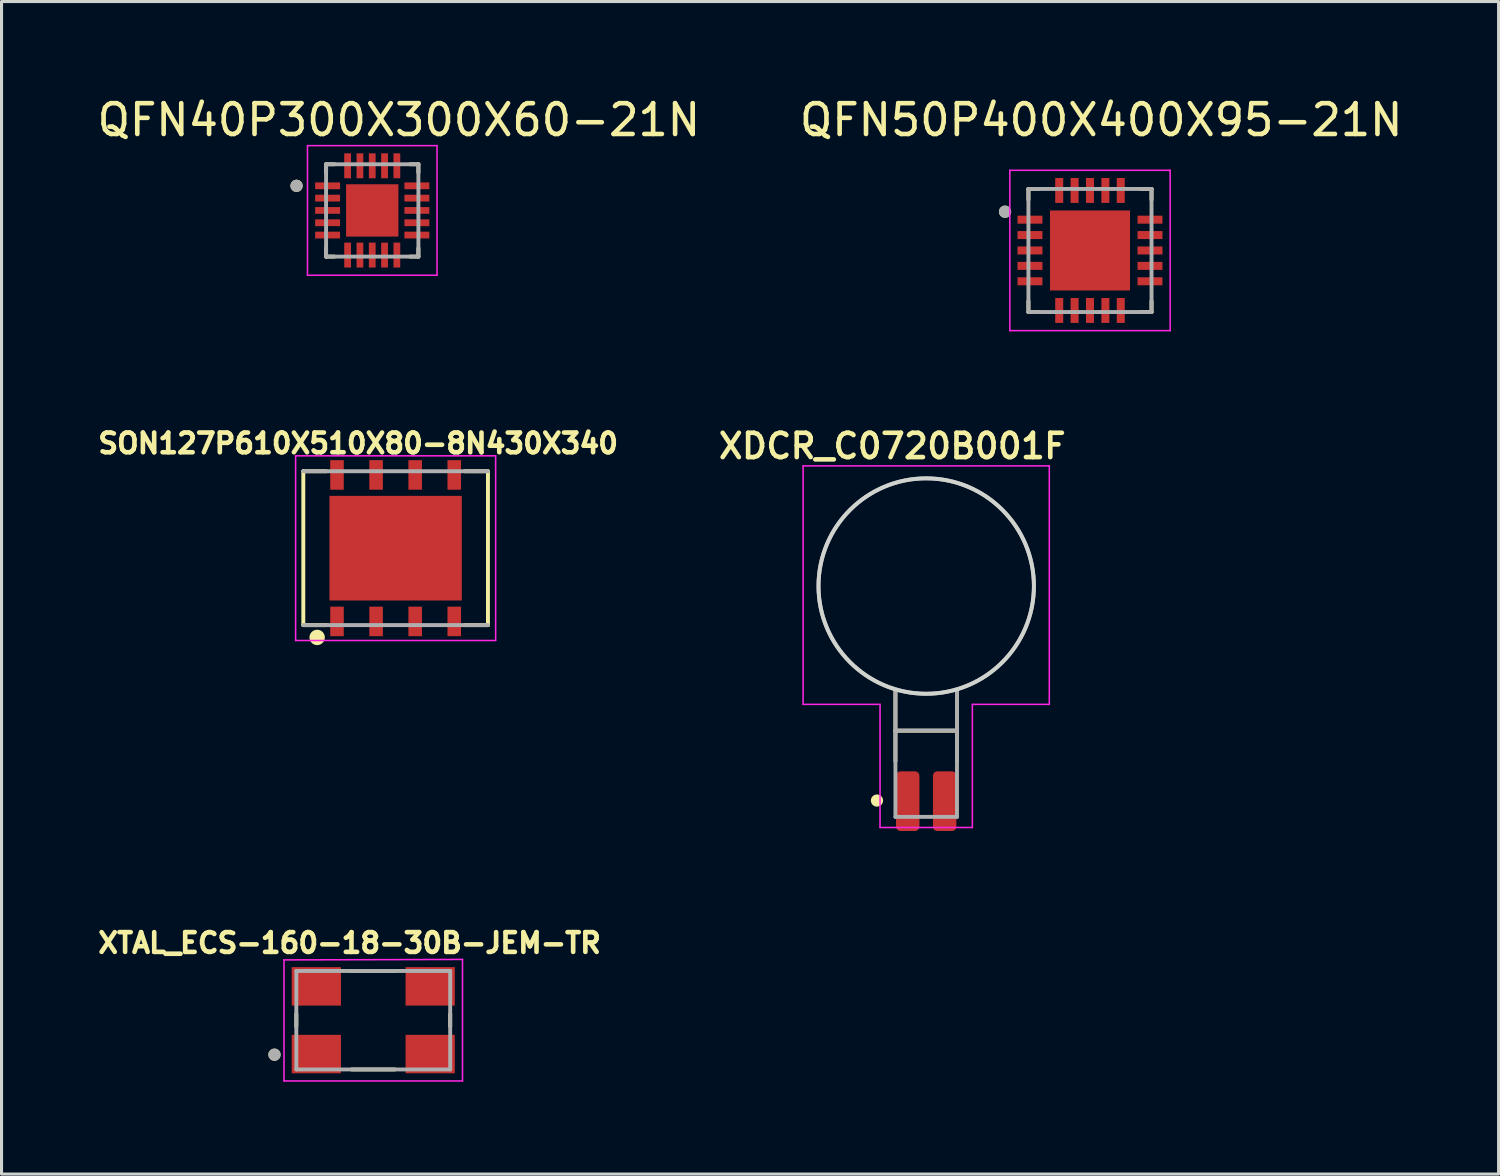
<source format=kicad_pcb>
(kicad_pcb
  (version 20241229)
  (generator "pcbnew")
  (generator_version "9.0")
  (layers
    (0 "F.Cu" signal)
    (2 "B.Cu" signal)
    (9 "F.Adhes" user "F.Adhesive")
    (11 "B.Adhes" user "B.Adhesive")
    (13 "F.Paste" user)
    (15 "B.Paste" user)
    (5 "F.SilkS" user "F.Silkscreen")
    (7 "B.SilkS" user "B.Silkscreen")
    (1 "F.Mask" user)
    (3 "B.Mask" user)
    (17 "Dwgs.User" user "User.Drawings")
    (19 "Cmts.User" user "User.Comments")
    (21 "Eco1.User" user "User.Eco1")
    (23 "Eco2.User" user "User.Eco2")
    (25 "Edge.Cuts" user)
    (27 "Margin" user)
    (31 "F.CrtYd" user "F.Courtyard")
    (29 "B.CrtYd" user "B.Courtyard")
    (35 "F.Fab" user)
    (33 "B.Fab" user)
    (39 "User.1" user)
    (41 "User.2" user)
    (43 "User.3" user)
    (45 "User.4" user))
  (footprint "XDCR_C0720B001F"
    (layer "F.Cu")
    (at 27.047 17.964)
    (property "Reference" "XDCR_C0720B001F" (at -1.103 -6.519 0) (layer "F.SilkS") (effects (font (size 0.79 0.79) (thickness 0.15))))
    (attr through_hole)
    (fp_line (start -1 2.73) (end -1 1.425) (stroke (width 0.127) (type solid)) (layer "F.SilkS"))
    (fp_line (start -1 2.73) (end 1 2.73) (stroke (width 0.127) (type solid)) (layer "F.SilkS"))
    (fp_line (start -1 3.725) (end -1 2.73) (stroke (width 0.127) (type solid)) (layer "F.SilkS"))
    (fp_line (start 1 2.73) (end 1 1.425) (stroke (width 0.127) (type solid)) (layer "F.SilkS"))
    (fp_line (start 1 3.725) (end 1 2.73) (stroke (width 0.127) (type solid)) (layer "F.SilkS"))
    (fp_circle (center -1.6 5) (end -1.5 5) (stroke (width 0.2) (type solid)) (fill no) (layer "F.SilkS"))
    (fp_poly (pts (xy -3.8 -5.7) (xy -1.7 -5.7) (xy -3.8 -3.6)) (stroke (width 0.2) (type solid)) (fill yes) (layer "F.Paste"))
    (fp_poly (pts (xy -3.8 1.7) (xy -1.7 1.7) (xy -3.8 -0.4)) (stroke (width 0.2) (type solid)) (fill yes) (layer "F.Paste"))
    (fp_poly (pts (xy 3.8 -5.7) (xy 3.8 -3.6) (xy 1.7 -5.7)) (stroke (width 0.2) (type solid)) (fill yes) (layer "F.Paste"))
    (fp_poly (pts (xy 3.8 1.7) (xy 1.7 1.7) (xy 3.8 -0.4)) (stroke (width 0.2) (type solid)) (fill yes) (layer "F.Paste"))
    (fp_circle (center 0 -1.97) (end 3.5 -1.97) (stroke (width 0.127) (type solid)) (fill no) (layer "Edge.Cuts"))
    (fp_line (start -4 -5.875) (end 4 -5.875) (stroke (width 0.05) (type solid)) (layer "F.CrtYd"))
    (fp_line (start -4 1.875) (end -4 -5.875) (stroke (width 0.05) (type solid)) (layer "F.CrtYd"))
    (fp_line (start -1.5 1.875) (end -4 1.875) (stroke (width 0.05) (type solid)) (layer "F.CrtYd"))
    (fp_line (start -1.5 5.875) (end -1.5 1.875) (stroke (width 0.05) (type solid)) (layer "F.CrtYd"))
    (fp_line (start 1.5 1.875) (end 1.5 5.875) (stroke (width 0.05) (type solid)) (layer "F.CrtYd"))
    (fp_line (start 1.5 5.875) (end -1.5 5.875) (stroke (width 0.05) (type solid)) (layer "F.CrtYd"))
    (fp_line (start 4 -5.875) (end 4 1.875) (stroke (width 0.05) (type solid)) (layer "F.CrtYd"))
    (fp_line (start 4 1.875) (end 1.5 1.875) (stroke (width 0.05) (type solid)) (layer "F.CrtYd"))
    (fp_line (start -1 2.725) (end 1 2.725) (stroke (width 0.127) (type solid)) (layer "F.Fab"))
    (fp_line (start -1 5.53) (end -1 1.425) (stroke (width 0.127) (type solid)) (layer "F.Fab"))
    (fp_line (start 1 2.725) (end 1 1.425) (stroke (width 0.127) (type solid)) (layer "F.Fab"))
    (fp_line (start 1 2.73) (end 1 5.53) (stroke (width 0.127) (type solid)) (layer "F.Fab"))
    (fp_line (start 1 5.53) (end -1 5.53) (stroke (width 0.127) (type solid)) (layer "F.Fab"))
    (fp_circle (center 0 -1.97) (end 3.5 -1.97) (stroke (width 0.127) (type solid)) (fill no) (layer "F.Fab"))
    (pad "1" smd roundrect (at -0.6 5.02 270) (size 1.94 0.76) (layers "F.Cu" "F.Mask" "F.Paste") (roundrect_rratio 0.19))
    (pad "2" smd roundrect (at 0.6 5.02 270) (size 1.94 0.76) (layers "F.Cu" "F.Mask" "F.Paste") (roundrect_rratio 0.19)))
  (footprint "QFN40P300X300X60-21N"
    (layer "F.Cu")
    (at 9.046 3.788)
    (property "Reference" "QFN40P300X300X60-21N" (at 0.865 -2.94 0) (layer "F.SilkS") (effects (font (size 1 1) (thickness 0.15))))
    (attr through_hole)
    (fp_line (start -1.5 -1.5) (end -1.5 -1.23) (stroke (width 0.127) (type solid)) (layer "F.SilkS"))
    (fp_line (start -1.5 -1.5) (end -1.23 -1.5) (stroke (width 0.127) (type solid)) (layer "F.SilkS"))
    (fp_line (start -1.5 1.5) (end -1.5 1.23) (stroke (width 0.127) (type solid)) (layer "F.SilkS"))
    (fp_line (start -1.5 1.5) (end -1.23 1.5) (stroke (width 0.127) (type solid)) (layer "F.SilkS"))
    (fp_line (start 1.5 -1.5) (end 1.23 -1.5) (stroke (width 0.127) (type solid)) (layer "F.SilkS"))
    (fp_line (start 1.5 -1.5) (end 1.5 -1.23) (stroke (width 0.127) (type solid)) (layer "F.SilkS"))
    (fp_line (start 1.5 1.5) (end 1.23 1.5) (stroke (width 0.127) (type solid)) (layer "F.SilkS"))
    (fp_line (start 1.5 1.5) (end 1.5 1.23) (stroke (width 0.127) (type solid)) (layer "F.SilkS"))
    (fp_circle (center -2.46 -0.8) (end -2.36 -0.8) (stroke (width 0.2) (type solid)) (fill no) (layer "F.SilkS"))
    (fp_poly (pts (xy -0.54 -0.54) (xy 0.54 -0.54) (xy 0.54 0.54) (xy -0.54 0.54)) (stroke (width 0.01) (type solid)) (fill yes) (layer "F.Paste"))
    (fp_line (start -2.105 -2.105) (end 2.105 -2.105) (stroke (width 0.05) (type solid)) (layer "F.CrtYd"))
    (fp_line (start -2.105 2.105) (end -2.105 -2.105) (stroke (width 0.05) (type solid)) (layer "F.CrtYd"))
    (fp_line (start -2.105 2.105) (end 2.105 2.105) (stroke (width 0.05) (type solid)) (layer "F.CrtYd"))
    (fp_line (start 2.105 2.105) (end 2.105 -2.105) (stroke (width 0.05) (type solid)) (layer "F.CrtYd"))
    (fp_line (start -1.5 1.5) (end -1.5 -1.5) (stroke (width 0.127) (type solid)) (layer "F.Fab"))
    (fp_line (start 1.5 -1.5) (end -1.5 -1.5) (stroke (width 0.127) (type solid)) (layer "F.Fab"))
    (fp_line (start 1.5 1.5) (end -1.5 1.5) (stroke (width 0.127) (type solid)) (layer "F.Fab"))
    (fp_line (start 1.5 1.5) (end 1.5 -1.5) (stroke (width 0.127) (type solid)) (layer "F.Fab"))
    (fp_circle (center -2.46 -0.8) (end -2.36 -0.8) (stroke (width 0.2) (type solid)) (fill no) (layer "F.Fab"))
    (pad "1" smd roundrect (at -1.45 -0.8) (size 0.81 0.22) (layers "F.Cu" "F.Mask" "F.Paste") (roundrect_rratio 0.03))
    (pad "2" smd roundrect (at -1.45 -0.4) (size 0.81 0.22) (layers "F.Cu" "F.Mask" "F.Paste") (roundrect_rratio 0.03))
    (pad "3" smd roundrect (at -1.45 0) (size 0.81 0.22) (layers "F.Cu" "F.Mask" "F.Paste") (roundrect_rratio 0.03))
    (pad "4" smd roundrect (at -1.45 0.4) (size 0.81 0.22) (layers "F.Cu" "F.Mask" "F.Paste") (roundrect_rratio 0.03))
    (pad "5" smd roundrect (at -1.45 0.8) (size 0.81 0.22) (layers "F.Cu" "F.Mask" "F.Paste") (roundrect_rratio 0.03))
    (pad "6" smd roundrect (at -0.8 1.45 90) (size 0.81 0.22) (layers "F.Cu" "F.Mask" "F.Paste") (roundrect_rratio 0.03))
    (pad "7" smd roundrect (at -0.4 1.45 90) (size 0.81 0.22) (layers "F.Cu" "F.Mask" "F.Paste") (roundrect_rratio 0.03))
    (pad "8" smd roundrect (at 0 1.45 90) (size 0.81 0.22) (layers "F.Cu" "F.Mask" "F.Paste") (roundrect_rratio 0.03))
    (pad "9" smd roundrect (at 0.4 1.45 90) (size 0.81 0.22) (layers "F.Cu" "F.Mask" "F.Paste") (roundrect_rratio 0.03))
    (pad "10" smd roundrect (at 0.8 1.45 90) (size 0.81 0.22) (layers "F.Cu" "F.Mask" "F.Paste") (roundrect_rratio 0.03))
    (pad "11" smd roundrect (at 1.45 0.8) (size 0.81 0.22) (layers "F.Cu" "F.Mask" "F.Paste") (roundrect_rratio 0.03))
    (pad "12" smd roundrect (at 1.45 0.4) (size 0.81 0.22) (layers "F.Cu" "F.Mask" "F.Paste") (roundrect_rratio 0.03))
    (pad "13" smd roundrect (at 1.45 0) (size 0.81 0.22) (layers "F.Cu" "F.Mask" "F.Paste") (roundrect_rratio 0.03))
    (pad "14" smd roundrect (at 1.45 -0.4) (size 0.81 0.22) (layers "F.Cu" "F.Mask" "F.Paste") (roundrect_rratio 0.03))
    (pad "15" smd roundrect (at 1.45 -0.8) (size 0.81 0.22) (layers "F.Cu" "F.Mask" "F.Paste") (roundrect_rratio 0.03))
    (pad "16" smd roundrect (at 0.8 -1.45 90) (size 0.81 0.22) (layers "F.Cu" "F.Mask" "F.Paste") (roundrect_rratio 0.03))
    (pad "17" smd roundrect (at 0.4 -1.45 90) (size 0.81 0.22) (layers "F.Cu" "F.Mask" "F.Paste") (roundrect_rratio 0.03))
    (pad "18" smd roundrect (at 0 -1.45 90) (size 0.81 0.22) (layers "F.Cu" "F.Mask" "F.Paste") (roundrect_rratio 0.03))
    (pad "19" smd roundrect (at -0.4 -1.45 90) (size 0.81 0.22) (layers "F.Cu" "F.Mask" "F.Paste") (roundrect_rratio 0.03))
    (pad "20" smd roundrect (at -0.8 -1.45 90) (size 0.81 0.22) (layers "F.Cu" "F.Mask" "F.Paste") (roundrect_rratio 0.03))
    (pad "21" smd rect (at 0 0) (size 1.7 1.7) (layers "F.Cu" "F.Mask")))
  (footprint "QFN50P400X400X95-21N"
    (layer "F.Cu")
    (at 32.369 5.089)
    (property "Reference" "QFN50P400X400X95-21N" (at 0.365 -4.241 0) (layer "F.SilkS") (effects (font (size 1 1) (thickness 0.15))))
    (attr through_hole)
    (fp_line (start -2 -2) (end -2 -1.65) (stroke (width 0.127) (type solid)) (layer "F.SilkS"))
    (fp_line (start -2 -2) (end -1.65 -2) (stroke (width 0.127) (type solid)) (layer "F.SilkS"))
    (fp_line (start -2 2) (end -2 1.65) (stroke (width 0.127) (type solid)) (layer "F.SilkS"))
    (fp_line (start -2 2) (end -1.65 2) (stroke (width 0.127) (type solid)) (layer "F.SilkS"))
    (fp_line (start 2 -2) (end 1.65 -2) (stroke (width 0.127) (type solid)) (layer "F.SilkS"))
    (fp_line (start 2 -2) (end 2 -1.65) (stroke (width 0.127) (type solid)) (layer "F.SilkS"))
    (fp_line (start 2 2) (end 1.65 2) (stroke (width 0.127) (type solid)) (layer "F.SilkS"))
    (fp_line (start 2 2) (end 2 1.65) (stroke (width 0.127) (type solid)) (layer "F.SilkS"))
    (fp_circle (center -2.76 -1.26) (end -2.66 -1.26) (stroke (width 0.2) (type solid)) (fill no) (layer "F.SilkS"))
    (fp_poly (pts (xy -0.981 -0.98) (xy -0.16 -0.98) (xy -0.16 -0.16) (xy -0.981 -0.16)) (stroke (width 0.01) (type solid)) (fill yes) (layer "F.Paste"))
    (fp_poly (pts (xy -0.98 0.16) (xy -0.16 0.16) (xy -0.16 0.98) (xy -0.98 0.98)) (stroke (width 0.01) (type solid)) (fill yes) (layer "F.Paste"))
    (fp_poly (pts (xy 0.16 0.16) (xy 0.98 0.16) (xy 0.98 0.98) (xy 0.16 0.98)) (stroke (width 0.01) (type solid)) (fill yes) (layer "F.Paste"))
    (fp_poly (pts (xy 0.16 -0.98) (xy 0.98 -0.98) (xy 0.98 -0.16) (xy 0.16 -0.16)) (stroke (width 0.01) (type solid)) (fill yes) (layer "F.Paste"))
    (fp_line (start -2.605 -2.605) (end 2.605 -2.605) (stroke (width 0.05) (type solid)) (layer "F.CrtYd"))
    (fp_line (start -2.605 2.605) (end -2.605 -2.605) (stroke (width 0.05) (type solid)) (layer "F.CrtYd"))
    (fp_line (start -2.605 2.605) (end 2.605 2.605) (stroke (width 0.05) (type solid)) (layer "F.CrtYd"))
    (fp_line (start 2.605 2.605) (end 2.605 -2.605) (stroke (width 0.05) (type solid)) (layer "F.CrtYd"))
    (fp_line (start -2 2) (end -2 -2) (stroke (width 0.127) (type solid)) (layer "F.Fab"))
    (fp_line (start 2 -2) (end -2 -2) (stroke (width 0.127) (type solid)) (layer "F.Fab"))
    (fp_line (start 2 2) (end -2 2) (stroke (width 0.127) (type solid)) (layer "F.Fab"))
    (fp_line (start 2 2) (end 2 -2) (stroke (width 0.127) (type solid)) (layer "F.Fab"))
    (fp_circle (center -2.76 -1.26) (end -2.66 -1.26) (stroke (width 0.2) (type solid)) (fill no) (layer "F.Fab"))
    (pad "1" smd roundrect (at -1.95 -1) (size 0.81 0.26) (layers "F.Cu" "F.Mask" "F.Paste") (roundrect_rratio 0.03))
    (pad "2" smd roundrect (at -1.95 -0.5) (size 0.81 0.26) (layers "F.Cu" "F.Mask" "F.Paste") (roundrect_rratio 0.03))
    (pad "3" smd roundrect (at -1.95 0) (size 0.81 0.26) (layers "F.Cu" "F.Mask" "F.Paste") (roundrect_rratio 0.03))
    (pad "4" smd roundrect (at -1.95 0.5) (size 0.81 0.26) (layers "F.Cu" "F.Mask" "F.Paste") (roundrect_rratio 0.03))
    (pad "5" smd roundrect (at -1.95 1) (size 0.81 0.26) (layers "F.Cu" "F.Mask" "F.Paste") (roundrect_rratio 0.03))
    (pad "6" smd roundrect (at -1 1.95 90) (size 0.81 0.26) (layers "F.Cu" "F.Mask" "F.Paste") (roundrect_rratio 0.03))
    (pad "7" smd roundrect (at -0.5 1.95 90) (size 0.81 0.26) (layers "F.Cu" "F.Mask" "F.Paste") (roundrect_rratio 0.03))
    (pad "8" smd roundrect (at 0 1.95 90) (size 0.81 0.26) (layers "F.Cu" "F.Mask" "F.Paste") (roundrect_rratio 0.03))
    (pad "9" smd roundrect (at 0.5 1.95 90) (size 0.81 0.26) (layers "F.Cu" "F.Mask" "F.Paste") (roundrect_rratio 0.03))
    (pad "10" smd roundrect (at 1 1.95 90) (size 0.81 0.26) (layers "F.Cu" "F.Mask" "F.Paste") (roundrect_rratio 0.03))
    (pad "11" smd roundrect (at 1.95 1) (size 0.81 0.26) (layers "F.Cu" "F.Mask" "F.Paste") (roundrect_rratio 0.03))
    (pad "12" smd roundrect (at 1.95 0.5) (size 0.81 0.26) (layers "F.Cu" "F.Mask" "F.Paste") (roundrect_rratio 0.03))
    (pad "13" smd roundrect (at 1.95 0) (size 0.81 0.26) (layers "F.Cu" "F.Mask" "F.Paste") (roundrect_rratio 0.03))
    (pad "14" smd roundrect (at 1.95 -0.5) (size 0.81 0.26) (layers "F.Cu" "F.Mask" "F.Paste") (roundrect_rratio 0.03))
    (pad "15" smd roundrect (at 1.95 -1) (size 0.81 0.26) (layers "F.Cu" "F.Mask" "F.Paste") (roundrect_rratio 0.03))
    (pad "16" smd roundrect (at 1 -1.95 90) (size 0.81 0.26) (layers "F.Cu" "F.Mask" "F.Paste") (roundrect_rratio 0.03))
    (pad "17" smd roundrect (at 0.5 -1.95 90) (size 0.81 0.26) (layers "F.Cu" "F.Mask" "F.Paste") (roundrect_rratio 0.03))
    (pad "18" smd roundrect (at 0 -1.95 90) (size 0.81 0.26) (layers "F.Cu" "F.Mask" "F.Paste") (roundrect_rratio 0.03))
    (pad "19" smd roundrect (at -0.5 -1.95 90) (size 0.81 0.26) (layers "F.Cu" "F.Mask" "F.Paste") (roundrect_rratio 0.03))
    (pad "20" smd roundrect (at -1 -1.95 90) (size 0.81 0.26) (layers "F.Cu" "F.Mask" "F.Paste") (roundrect_rratio 0.03))
    (pad "21" smd rect (at 0 0) (size 2.6 2.6) (layers "F.Cu" "F.Mask")))
  (footprint "SON127P610X510X80-8N430X340"
    (layer "F.Cu")
    (at 9.806 14.763)
    (property "Reference" "SON127P610X510X80-8N430X340" (at -1.218 -3.406 0) (layer "F.SilkS") (effects (font (size 0.64 0.64) (thickness 0.15))))
    (attr through_hole)
    (fp_line (start -3 -2.5) (end -3 2.5) (stroke (width 0.127) (type solid)) (layer "F.SilkS"))
    (fp_line (start -3 2.5) (end -2.25 2.5) (stroke (width 0.127) (type solid)) (layer "F.SilkS"))
    (fp_line (start -2.25 -2.5) (end -3 -2.5) (stroke (width 0.127) (type solid)) (layer "F.SilkS"))
    (fp_line (start 2.25 -2.5) (end 3 -2.5) (stroke (width 0.127) (type solid)) (layer "F.SilkS"))
    (fp_line (start 3 -2.5) (end 3 2.5) (stroke (width 0.127) (type solid)) (layer "F.SilkS"))
    (fp_line (start 3 2.5) (end 2.25 2.5) (stroke (width 0.127) (type solid)) (layer "F.SilkS"))
    (fp_circle (center -2.55 2.9) (end -2.3 2.9) (stroke (width 0) (type solid)) (fill yes) (layer "F.SilkS"))
    (fp_line (start -3.25 -3) (end 3.25 -3) (stroke (width 0.05) (type solid)) (layer "F.CrtYd"))
    (fp_line (start -3.25 3) (end -3.25 -3) (stroke (width 0.05) (type solid)) (layer "F.CrtYd"))
    (fp_line (start 3.25 -3) (end 3.25 3) (stroke (width 0.05) (type solid)) (layer "F.CrtYd"))
    (fp_line (start 3.25 3) (end -3.25 3) (stroke (width 0.05) (type solid)) (layer "F.CrtYd"))
    (fp_line (start -3 2.5) (end 3 2.5) (stroke (width 0.127) (type solid)) (layer "F.Fab"))
    (fp_line (start 3 -2.5) (end -3 -2.5) (stroke (width 0.127) (type solid)) (layer "F.Fab"))
    (pad "1" smd rect (at -1.905 2.38 90) (size 0.96 0.44) (layers "F.Cu" "F.Mask" "F.Paste"))
    (pad "2" smd rect (at -0.635 2.38 90) (size 0.96 0.44) (layers "F.Cu" "F.Mask" "F.Paste"))
    (pad "3" smd rect (at 0.635 2.38 90) (size 0.96 0.44) (layers "F.Cu" "F.Mask" "F.Paste"))
    (pad "4" smd rect (at 1.905 2.38 90) (size 0.96 0.44) (layers "F.Cu" "F.Mask" "F.Paste"))
    (pad "5" smd rect (at 1.905 -2.38 90) (size 0.96 0.44) (layers "F.Cu" "F.Mask" "F.Paste"))
    (pad "6" smd rect (at 0.635 -2.38 90) (size 0.96 0.44) (layers "F.Cu" "F.Mask" "F.Paste"))
    (pad "7" smd rect (at -0.635 -2.38 90) (size 0.96 0.44) (layers "F.Cu" "F.Mask" "F.Paste"))
    (pad "8" smd rect (at -1.905 -2.38 90) (size 0.96 0.44) (layers "F.Cu" "F.Mask" "F.Paste"))
    (pad "9" smd rect (at 0 0 90) (size 3.4 4.3) (layers "F.Cu" "F.Mask" "F.Paste")))
  (footprint "XTAL_ECS-160-18-30B-JEM-TR"
    (layer "F.Cu")
    (at 9.079 30.102)
    (property "Reference" "XTAL_ECS-160-18-30B-JEM-TR" (at -0.769 -2.51 0) (layer "F.SilkS") (effects (font (size 0.641 0.641) (thickness 0.15))))
    (attr through_hole)
    (fp_line (start -2.5 0.2) (end -2.5 -0.2) (stroke (width 0.127) (type solid)) (layer "F.SilkS"))
    (fp_line (start -0.7 1.6) (end 0.7 1.6) (stroke (width 0.127) (type solid)) (layer "F.SilkS"))
    (fp_line (start 0.7 -1.6) (end -0.7 -1.6) (stroke (width 0.127) (type solid)) (layer "F.SilkS"))
    (fp_line (start 2.5 0.2) (end 2.5 -0.2) (stroke (width 0.127) (type solid)) (layer "F.SilkS"))
    (fp_circle (center -3.21 1.12) (end -3.11 1.12) (stroke (width 0.2) (type solid)) (fill no) (layer "F.SilkS"))
    (fp_line (start -2.9 -1.96) (end -2.9 1.975) (stroke (width 0.05) (type solid)) (layer "F.CrtYd"))
    (fp_line (start -2.9 1.975) (end 2.9 1.975) (stroke (width 0.05) (type solid)) (layer "F.CrtYd"))
    (fp_line (start 2.9 -1.975) (end -2.9 -1.96) (stroke (width 0.05) (type solid)) (layer "F.CrtYd"))
    (fp_line (start 2.9 1.975) (end 2.9 -1.975) (stroke (width 0.05) (type solid)) (layer "F.CrtYd"))
    (fp_line (start -2.5 -1.6) (end -2.5 1.6) (stroke (width 0.127) (type solid)) (layer "F.Fab"))
    (fp_line (start -2.5 1.6) (end 2.5 1.6) (stroke (width 0.127) (type solid)) (layer "F.Fab"))
    (fp_line (start 2.5 -1.6) (end -2.5 -1.6) (stroke (width 0.127) (type solid)) (layer "F.Fab"))
    (fp_line (start 2.5 1.6) (end 2.5 -1.6) (stroke (width 0.127) (type solid)) (layer "F.Fab"))
    (fp_circle (center -3.21 1.12) (end -3.11 1.12) (stroke (width 0.2) (type solid)) (fill no) (layer "F.Fab"))
    (pad "1" smd rect (at -1.85 1.1 180) (size 1.6 1.25) (layers "F.Cu" "F.Mask" "F.Paste"))
    (pad "2" smd rect (at 1.85 1.1 180) (size 1.6 1.25) (layers "F.Cu" "F.Mask" "F.Paste"))
    (pad "3" smd rect (at 1.85 -1.1 180) (size 1.6 1.25) (layers "F.Cu" "F.Mask" "F.Paste"))
    (pad "4" smd rect (at -1.85 -1.1 180) (size 1.6 1.25) (layers "F.Cu" "F.Mask" "F.Paste")))
  (gr_rect
    (start -3 -3)
    (end 45.647 35.102)
    (stroke (width 0.1) (type default))
    (fill no)
    (layer "Edge.Cuts")))
</source>
